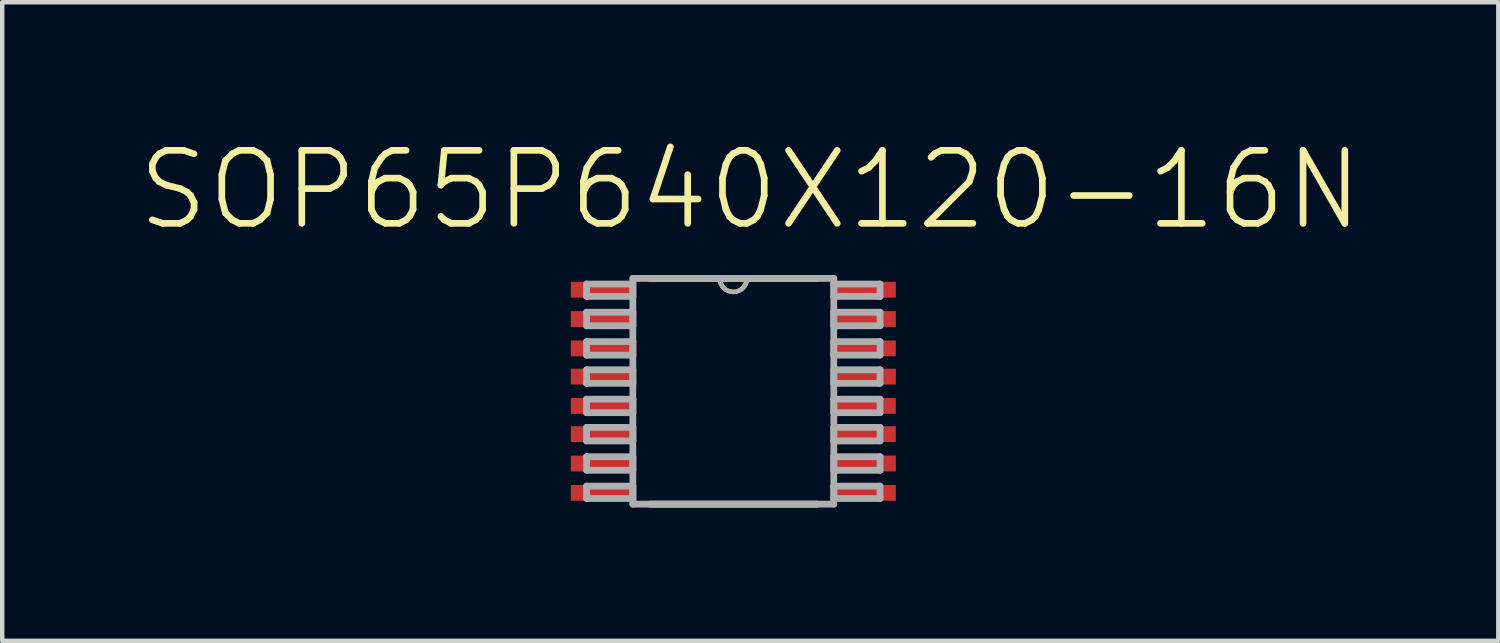
<source format=kicad_pcb>
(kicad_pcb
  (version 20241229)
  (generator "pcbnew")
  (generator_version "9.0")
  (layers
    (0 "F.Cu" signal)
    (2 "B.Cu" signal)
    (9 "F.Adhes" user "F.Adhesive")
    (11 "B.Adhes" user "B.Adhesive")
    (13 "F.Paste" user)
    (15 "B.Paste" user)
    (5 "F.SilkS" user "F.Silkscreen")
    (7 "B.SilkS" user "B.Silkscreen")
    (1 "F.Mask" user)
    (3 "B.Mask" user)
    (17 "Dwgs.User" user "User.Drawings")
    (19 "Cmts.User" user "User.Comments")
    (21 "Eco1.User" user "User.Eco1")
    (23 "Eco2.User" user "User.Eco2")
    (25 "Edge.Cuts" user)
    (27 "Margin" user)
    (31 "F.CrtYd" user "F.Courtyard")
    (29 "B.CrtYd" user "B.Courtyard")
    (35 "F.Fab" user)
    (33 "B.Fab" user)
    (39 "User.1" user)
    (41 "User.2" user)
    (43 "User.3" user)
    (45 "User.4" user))
  (footprint "SOP65P640X120-16N"
    (layer "F.Cu")
    (at 13.453 5.755)
    (property "Reference" "SOP65P640X120-16N" (at 0.382 -4.531 0) (layer "F.SilkS") (effects (font (size 1.643 1.643) (thickness 0.15))))
    (attr smd)
    (fp_line (start -1.88 2.54) (end 1.88 2.54) (stroke (width 0.152) (type solid)) (layer "F.SilkS"))
    (fp_line (start -0.305 -2.54) (end -1.88 -2.54) (stroke (width 0.152) (type solid)) (layer "F.SilkS"))
    (fp_line (start 0.305 -2.54) (end -0.305 -2.54) (stroke (width 0.152) (type solid)) (layer "F.SilkS"))
    (fp_line (start 1.88 -2.54) (end 0.305 -2.54) (stroke (width 0.152) (type solid)) (layer "F.SilkS"))
    (fp_arc (start 0.3048 -2.54) (mid 0 -2.2352) (end -0.3048 -2.54) (stroke (width 0.1) (type solid)) (layer "F.SilkS"))
    (fp_line (start -3.302 -2.413) (end -3.302 -2.134) (stroke (width 0.152) (type solid)) (layer "F.Fab"))
    (fp_line (start -3.302 -2.134) (end -2.261 -2.134) (stroke (width 0.152) (type solid)) (layer "F.Fab"))
    (fp_line (start -3.302 -1.778) (end -3.302 -1.473) (stroke (width 0.152) (type solid)) (layer "F.Fab"))
    (fp_line (start -3.302 -1.473) (end -2.261 -1.473) (stroke (width 0.152) (type solid)) (layer "F.Fab"))
    (fp_line (start -3.302 -1.118) (end -3.302 -0.813) (stroke (width 0.152) (type solid)) (layer "F.Fab"))
    (fp_line (start -3.302 -0.813) (end -2.261 -0.813) (stroke (width 0.152) (type solid)) (layer "F.Fab"))
    (fp_line (start -3.302 -0.483) (end -3.302 -0.178) (stroke (width 0.152) (type solid)) (layer "F.Fab"))
    (fp_line (start -3.302 -0.178) (end -2.261 -0.178) (stroke (width 0.152) (type solid)) (layer "F.Fab"))
    (fp_line (start -3.302 0.178) (end -3.302 0.483) (stroke (width 0.152) (type solid)) (layer "F.Fab"))
    (fp_line (start -3.302 0.483) (end -2.261 0.483) (stroke (width 0.152) (type solid)) (layer "F.Fab"))
    (fp_line (start -3.302 0.813) (end -3.302 1.118) (stroke (width 0.152) (type solid)) (layer "F.Fab"))
    (fp_line (start -3.302 1.118) (end -2.261 1.118) (stroke (width 0.152) (type solid)) (layer "F.Fab"))
    (fp_line (start -3.302 1.473) (end -3.302 1.778) (stroke (width 0.152) (type solid)) (layer "F.Fab"))
    (fp_line (start -3.302 1.778) (end -2.261 1.778) (stroke (width 0.152) (type solid)) (layer "F.Fab"))
    (fp_line (start -3.302 2.134) (end -3.302 2.413) (stroke (width 0.152) (type solid)) (layer "F.Fab"))
    (fp_line (start -3.302 2.413) (end -2.261 2.413) (stroke (width 0.152) (type solid)) (layer "F.Fab"))
    (fp_line (start -2.261 -2.54) (end -2.261 2.54) (stroke (width 0.152) (type solid)) (layer "F.Fab"))
    (fp_line (start -2.261 -2.413) (end -3.302 -2.413) (stroke (width 0.152) (type solid)) (layer "F.Fab"))
    (fp_line (start -2.261 -2.134) (end -2.261 -2.413) (stroke (width 0.152) (type solid)) (layer "F.Fab"))
    (fp_line (start -2.261 -1.778) (end -3.302 -1.778) (stroke (width 0.152) (type solid)) (layer "F.Fab"))
    (fp_line (start -2.261 -1.473) (end -2.261 -1.778) (stroke (width 0.152) (type solid)) (layer "F.Fab"))
    (fp_line (start -2.261 -1.118) (end -3.302 -1.118) (stroke (width 0.152) (type solid)) (layer "F.Fab"))
    (fp_line (start -2.261 -0.813) (end -2.261 -1.118) (stroke (width 0.152) (type solid)) (layer "F.Fab"))
    (fp_line (start -2.261 -0.483) (end -3.302 -0.483) (stroke (width 0.152) (type solid)) (layer "F.Fab"))
    (fp_line (start -2.261 -0.178) (end -2.261 -0.483) (stroke (width 0.152) (type solid)) (layer "F.Fab"))
    (fp_line (start -2.261 0.178) (end -3.302 0.178) (stroke (width 0.152) (type solid)) (layer "F.Fab"))
    (fp_line (start -2.261 0.483) (end -2.261 0.178) (stroke (width 0.152) (type solid)) (layer "F.Fab"))
    (fp_line (start -2.261 0.813) (end -3.302 0.813) (stroke (width 0.152) (type solid)) (layer "F.Fab"))
    (fp_line (start -2.261 1.118) (end -2.261 0.813) (stroke (width 0.152) (type solid)) (layer "F.Fab"))
    (fp_line (start -2.261 1.473) (end -3.302 1.473) (stroke (width 0.152) (type solid)) (layer "F.Fab"))
    (fp_line (start -2.261 1.778) (end -2.261 1.473) (stroke (width 0.152) (type solid)) (layer "F.Fab"))
    (fp_line (start -2.261 2.134) (end -3.302 2.134) (stroke (width 0.152) (type solid)) (layer "F.Fab"))
    (fp_line (start -2.261 2.413) (end -2.261 2.134) (stroke (width 0.152) (type solid)) (layer "F.Fab"))
    (fp_line (start -2.261 2.54) (end 2.261 2.54) (stroke (width 0.152) (type solid)) (layer "F.Fab"))
    (fp_line (start -0.305 -2.54) (end -2.261 -2.54) (stroke (width 0.152) (type solid)) (layer "F.Fab"))
    (fp_line (start 0.305 -2.54) (end -0.305 -2.54) (stroke (width 0.152) (type solid)) (layer "F.Fab"))
    (fp_line (start 2.261 -2.54) (end 0.305 -2.54) (stroke (width 0.152) (type solid)) (layer "F.Fab"))
    (fp_line (start 2.261 -2.413) (end 2.261 -2.134) (stroke (width 0.152) (type solid)) (layer "F.Fab"))
    (fp_line (start 2.261 -2.134) (end 3.302 -2.134) (stroke (width 0.152) (type solid)) (layer "F.Fab"))
    (fp_line (start 2.261 -1.778) (end 2.261 -1.473) (stroke (width 0.152) (type solid)) (layer "F.Fab"))
    (fp_line (start 2.261 -1.473) (end 3.302 -1.473) (stroke (width 0.152) (type solid)) (layer "F.Fab"))
    (fp_line (start 2.261 -1.118) (end 2.261 -0.813) (stroke (width 0.152) (type solid)) (layer "F.Fab"))
    (fp_line (start 2.261 -0.813) (end 3.302 -0.813) (stroke (width 0.152) (type solid)) (layer "F.Fab"))
    (fp_line (start 2.261 -0.483) (end 2.261 -0.178) (stroke (width 0.152) (type solid)) (layer "F.Fab"))
    (fp_line (start 2.261 -0.178) (end 3.302 -0.178) (stroke (width 0.152) (type solid)) (layer "F.Fab"))
    (fp_line (start 2.261 0.178) (end 2.261 0.483) (stroke (width 0.152) (type solid)) (layer "F.Fab"))
    (fp_line (start 2.261 0.483) (end 3.302 0.483) (stroke (width 0.152) (type solid)) (layer "F.Fab"))
    (fp_line (start 2.261 0.813) (end 2.261 1.118) (stroke (width 0.152) (type solid)) (layer "F.Fab"))
    (fp_line (start 2.261 1.118) (end 3.302 1.118) (stroke (width 0.152) (type solid)) (layer "F.Fab"))
    (fp_line (start 2.261 1.473) (end 2.261 1.778) (stroke (width 0.152) (type solid)) (layer "F.Fab"))
    (fp_line (start 2.261 1.778) (end 3.302 1.778) (stroke (width 0.152) (type solid)) (layer "F.Fab"))
    (fp_line (start 2.261 2.134) (end 2.261 2.413) (stroke (width 0.152) (type solid)) (layer "F.Fab"))
    (fp_line (start 2.261 2.413) (end 3.302 2.413) (stroke (width 0.152) (type solid)) (layer "F.Fab"))
    (fp_line (start 2.261 2.54) (end 2.261 -2.54) (stroke (width 0.152) (type solid)) (layer "F.Fab"))
    (fp_line (start 3.302 -2.413) (end 2.261 -2.413) (stroke (width 0.152) (type solid)) (layer "F.Fab"))
    (fp_line (start 3.302 -2.134) (end 3.302 -2.413) (stroke (width 0.152) (type solid)) (layer "F.Fab"))
    (fp_line (start 3.302 -1.778) (end 2.261 -1.778) (stroke (width 0.152) (type solid)) (layer "F.Fab"))
    (fp_line (start 3.302 -1.473) (end 3.302 -1.778) (stroke (width 0.152) (type solid)) (layer "F.Fab"))
    (fp_line (start 3.302 -1.118) (end 2.261 -1.118) (stroke (width 0.152) (type solid)) (layer "F.Fab"))
    (fp_line (start 3.302 -0.813) (end 3.302 -1.118) (stroke (width 0.152) (type solid)) (layer "F.Fab"))
    (fp_line (start 3.302 -0.483) (end 2.261 -0.483) (stroke (width 0.152) (type solid)) (layer "F.Fab"))
    (fp_line (start 3.302 -0.178) (end 3.302 -0.483) (stroke (width 0.152) (type solid)) (layer "F.Fab"))
    (fp_line (start 3.302 0.178) (end 2.261 0.178) (stroke (width 0.152) (type solid)) (layer "F.Fab"))
    (fp_line (start 3.302 0.483) (end 3.302 0.178) (stroke (width 0.152) (type solid)) (layer "F.Fab"))
    (fp_line (start 3.302 0.813) (end 2.261 0.813) (stroke (width 0.152) (type solid)) (layer "F.Fab"))
    (fp_line (start 3.302 1.118) (end 3.302 0.813) (stroke (width 0.152) (type solid)) (layer "F.Fab"))
    (fp_line (start 3.302 1.473) (end 2.261 1.473) (stroke (width 0.152) (type solid)) (layer "F.Fab"))
    (fp_line (start 3.302 1.778) (end 3.302 1.473) (stroke (width 0.152) (type solid)) (layer "F.Fab"))
    (fp_line (start 3.302 2.134) (end 2.261 2.134) (stroke (width 0.152) (type solid)) (layer "F.Fab"))
    (fp_line (start 3.302 2.413) (end 3.302 2.134) (stroke (width 0.152) (type solid)) (layer "F.Fab"))
    (fp_arc (start 0.3048 -2.54) (mid 0 -2.2352) (end -0.3048 -2.54) (stroke (width 0.1) (type solid)) (layer "F.Fab"))
    (pad "1" smd rect (at -2.921 -2.286) (size 1.473 0.356) (layers "F.Cu" "F.Mask" "F.Paste"))
    (pad "2" smd rect (at -2.921 -1.626) (size 1.473 0.356) (layers "F.Cu" "F.Mask" "F.Paste"))
    (pad "3" smd rect (at -2.921 -0.965) (size 1.473 0.356) (layers "F.Cu" "F.Mask" "F.Paste"))
    (pad "4" smd rect (at -2.921 -0.33) (size 1.473 0.356) (layers "F.Cu" "F.Mask" "F.Paste"))
    (pad "5" smd rect (at -2.921 0.33) (size 1.473 0.356) (layers "F.Cu" "F.Mask" "F.Paste"))
    (pad "6" smd rect (at -2.921 0.965) (size 1.473 0.356) (layers "F.Cu" "F.Mask" "F.Paste"))
    (pad "7" smd rect (at -2.921 1.626) (size 1.473 0.356) (layers "F.Cu" "F.Mask" "F.Paste"))
    (pad "8" smd rect (at -2.921 2.286) (size 1.473 0.356) (layers "F.Cu" "F.Mask" "F.Paste"))
    (pad "9" smd rect (at 2.921 2.286) (size 1.473 0.356) (layers "F.Cu" "F.Mask" "F.Paste"))
    (pad "10" smd rect (at 2.921 1.626) (size 1.473 0.356) (layers "F.Cu" "F.Mask" "F.Paste"))
    (pad "11" smd rect (at 2.921 0.965) (size 1.473 0.356) (layers "F.Cu" "F.Mask" "F.Paste"))
    (pad "12" smd rect (at 2.921 0.33) (size 1.473 0.356) (layers "F.Cu" "F.Mask" "F.Paste"))
    (pad "13" smd rect (at 2.921 -0.33) (size 1.473 0.356) (layers "F.Cu" "F.Mask" "F.Paste"))
    (pad "14" smd rect (at 2.921 -0.965) (size 1.473 0.356) (layers "F.Cu" "F.Mask" "F.Paste"))
    (pad "15" smd rect (at 2.921 -1.626) (size 1.473 0.356) (layers "F.Cu" "F.Mask" "F.Paste"))
    (pad "16" smd rect (at 2.921 -2.286) (size 1.473 0.356) (layers "F.Cu" "F.Mask" "F.Paste")))
  (gr_rect
    (start -3 -3)
    (end 30.669 11.372)
    (stroke (width 0.1) (type default))
    (fill no)
    (layer "Edge.Cuts")))
</source>
